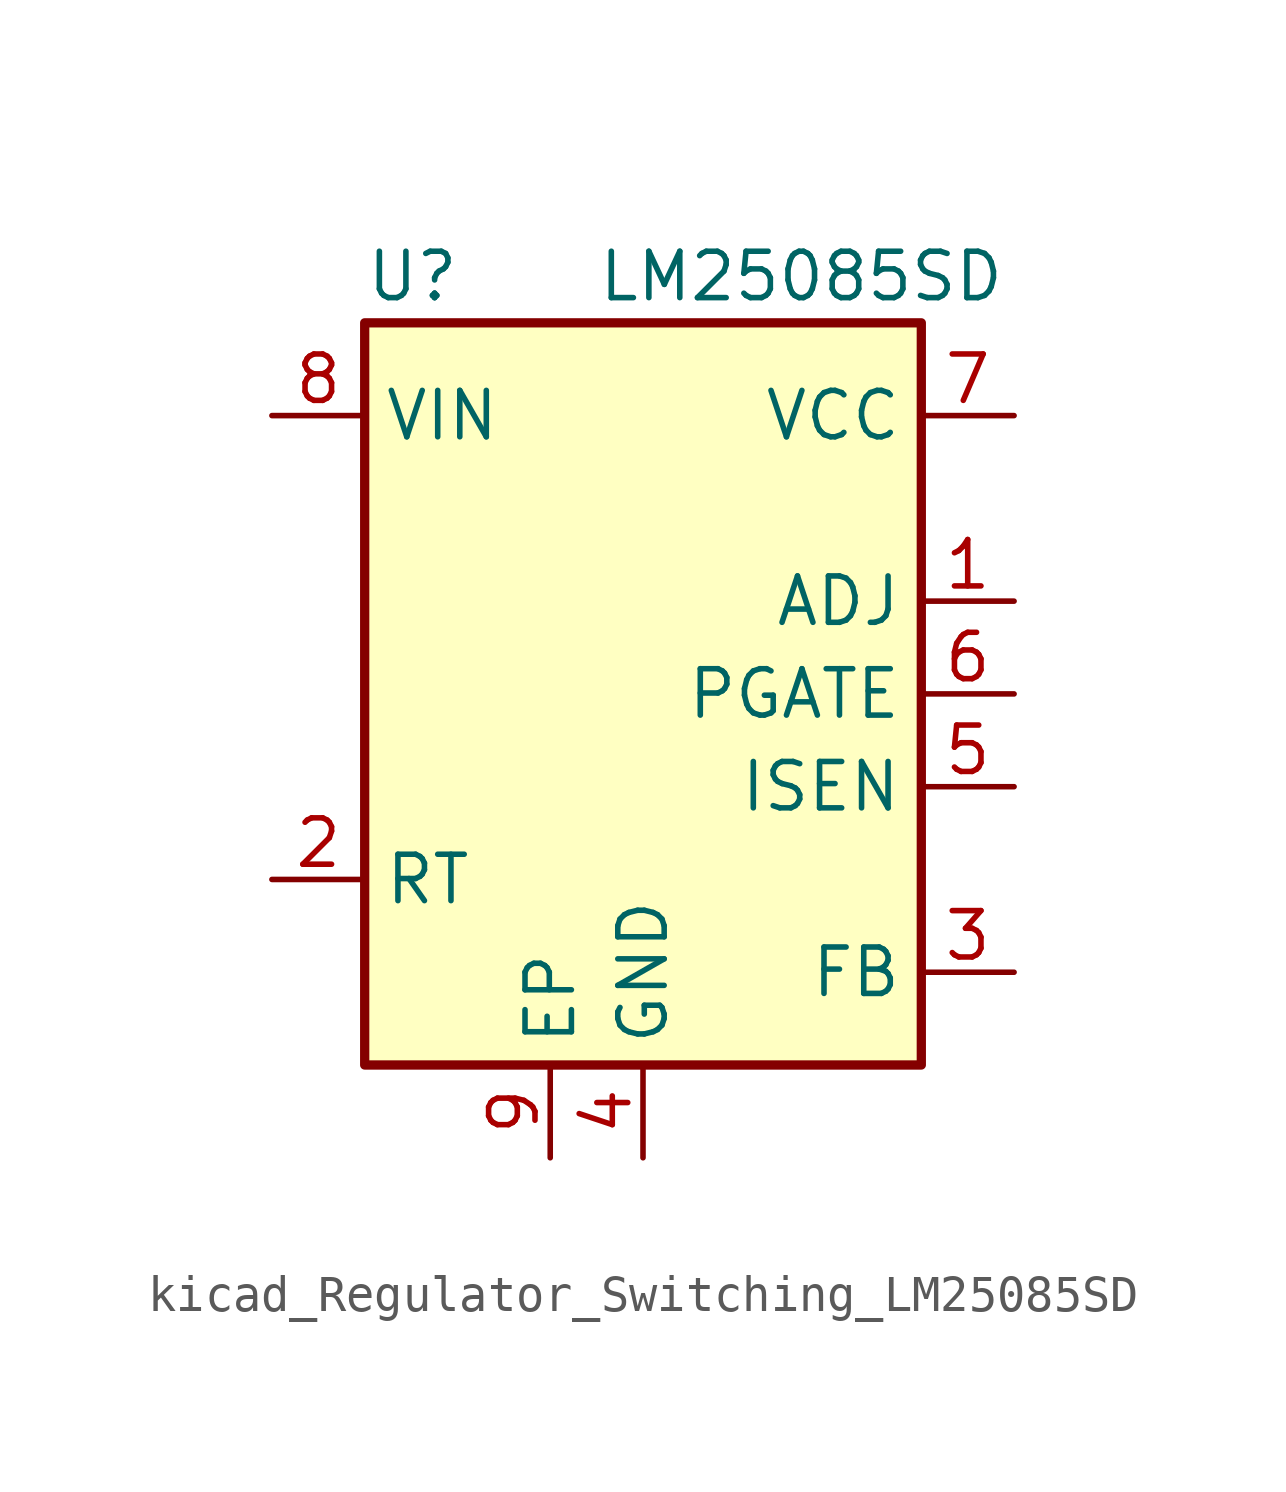
<source format=kicad_sym>
(kicad_symbol_lib
  (version 20220914)
  (generator kicad_symbol_editor)
  (symbol "kicad_Regulator_Switching_LM25085SD"
    (property "Reference" "U"
      (at -7.62 11.43 0)
      (effects (font (size 1.27 1.27)) (justify left)))
    (property "Value" "LM25085SD"
      (at -1.27 11.43 0)
      (effects (font (size 1.27 1.27)) (justify left)))
    (symbol "kicad_Regulator_Switching_LM25085SD_0_1"
      (rectangle (start -7.62 10.16) (end 7.62 -10.16) (stroke (width 0.254) (type default)) (fill (type background))))
    (symbol "kicad_Regulator_Switching_LM25085SD_1_1"
      (pin input line (at 10.16 2.54 180) (length 2.54) (name "ADJ" (effects (font (size 1.27 1.27)))) (number "1" (effects (font (size 1.27 1.27)))))
      (pin input line (at -10.16 -5.08 0) (length 2.54) (name "RT" (effects (font (size 1.27 1.27)))) (number "2" (effects (font (size 1.27 1.27)))))
      (pin input line (at 10.16 -7.62 180) (length 2.54) (name "FB" (effects (font (size 1.27 1.27)))) (number "3" (effects (font (size 1.27 1.27)))))
      (pin power_in line (at 0 -12.7 90) (length 2.54) (name "GND" (effects (font (size 1.27 1.27)))) (number "4" (effects (font (size 1.27 1.27)))))
      (pin input line (at 10.16 -2.54 180) (length 2.54) (name "ISEN" (effects (font (size 1.27 1.27)))) (number "5" (effects (font (size 1.27 1.27)))))
      (pin output line (at 10.16 0 180) (length 2.54) (name "PGATE" (effects (font (size 1.27 1.27)))) (number "6" (effects (font (size 1.27 1.27)))))
      (pin power_out line (at 10.16 7.62 180) (length 2.54) (name "VCC" (effects (font (size 1.27 1.27)))) (number "7" (effects (font (size 1.27 1.27)))))
      (pin power_in line (at -10.16 7.62 0) (length 2.54) (name "VIN" (effects (font (size 1.27 1.27)))) (number "8" (effects (font (size 1.27 1.27)))))
      (pin passive line (at -2.54 -12.7 90) (length 2.54) (name "EP" (effects (font (size 1.27 1.27)))) (number "9" (effects (font (size 1.27 1.27))))))))
</source>
